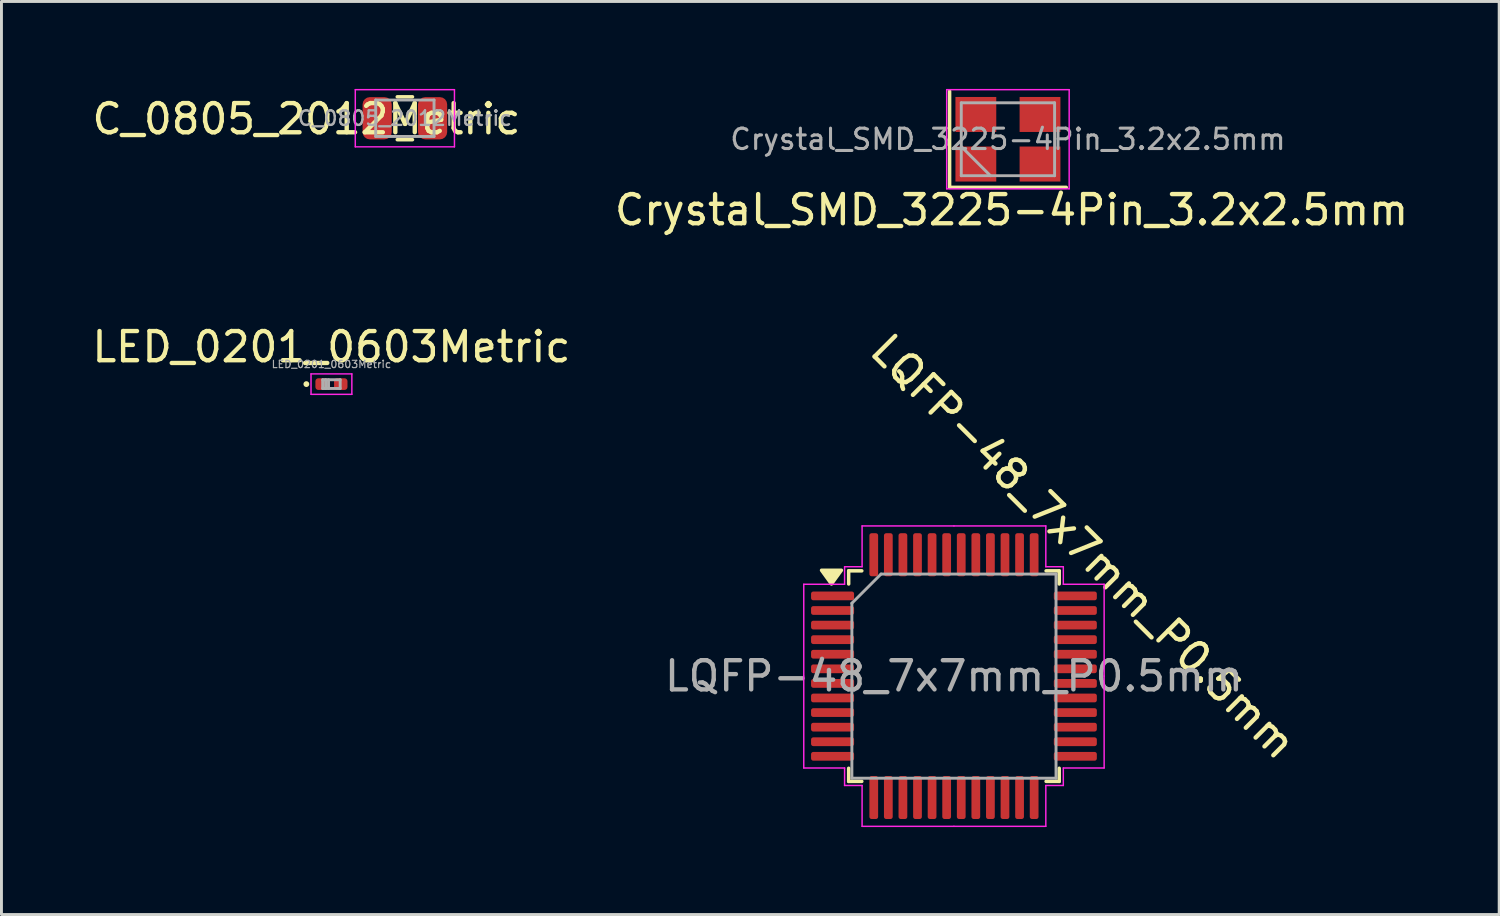
<source format=kicad_pcb>
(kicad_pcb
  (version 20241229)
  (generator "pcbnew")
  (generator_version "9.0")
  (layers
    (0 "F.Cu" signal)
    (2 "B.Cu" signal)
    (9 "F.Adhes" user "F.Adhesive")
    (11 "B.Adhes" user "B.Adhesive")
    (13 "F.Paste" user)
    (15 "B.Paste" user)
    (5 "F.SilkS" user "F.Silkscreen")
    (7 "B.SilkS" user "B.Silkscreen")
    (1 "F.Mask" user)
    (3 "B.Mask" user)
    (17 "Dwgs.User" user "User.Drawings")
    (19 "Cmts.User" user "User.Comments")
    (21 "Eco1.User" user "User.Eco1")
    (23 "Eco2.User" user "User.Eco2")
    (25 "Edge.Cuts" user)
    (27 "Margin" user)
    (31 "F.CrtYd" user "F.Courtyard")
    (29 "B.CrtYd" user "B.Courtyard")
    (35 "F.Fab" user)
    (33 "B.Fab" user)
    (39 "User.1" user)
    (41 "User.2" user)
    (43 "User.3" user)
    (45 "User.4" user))
  (footprint "LED_0201_0603Metric"
    (layer "F.Cu")
    (at 8.315 10.121)
    (property "Reference" "LED_0201_0603Metric" (at 0 -1.275 180) (layer "F.SilkS") (effects (font (size 1 1) (thickness 0.15))))
    (attr smd)
    (fp_circle (center -0.86 0) (end -0.81 0) (stroke (width 0.1) (type solid)) (fill no) (layer "F.SilkS"))
    (fp_line (start -0.7 -0.35) (end 0.7 -0.35) (stroke (width 0.05) (type solid)) (layer "F.CrtYd"))
    (fp_line (start -0.7 0.35) (end -0.7 -0.35) (stroke (width 0.05) (type solid)) (layer "F.CrtYd"))
    (fp_line (start 0.7 -0.35) (end 0.7 0.35) (stroke (width 0.05) (type solid)) (layer "F.CrtYd"))
    (fp_line (start 0.7 0.35) (end -0.7 0.35) (stroke (width 0.05) (type solid)) (layer "F.CrtYd"))
    (fp_line (start -0.3 -0.15) (end 0.3 -0.15) (stroke (width 0.1) (type solid)) (layer "F.Fab"))
    (fp_line (start -0.3 0.15) (end -0.3 -0.15) (stroke (width 0.1) (type solid)) (layer "F.Fab"))
    (fp_line (start -0.2 0.15) (end -0.2 -0.15) (stroke (width 0.1) (type solid)) (layer "F.Fab"))
    (fp_line (start -0.1 0.15) (end -0.1 -0.15) (stroke (width 0.1) (type solid)) (layer "F.Fab"))
    (fp_line (start 0.3 -0.15) (end 0.3 0.15) (stroke (width 0.1) (type solid)) (layer "F.Fab"))
    (fp_line (start 0.3 0.15) (end -0.3 0.15) (stroke (width 0.1) (type solid)) (layer "F.Fab"))
    (fp_text user "${REFERENCE}" (at 0 -0.68 180) (layer "F.Fab") (effects (font (size 0.25 0.25) (thickness 0.04))))
    (pad "" smd roundrect (at -0.345 0) (size 0.318 0.36) (layers "F.Paste") (roundrect_rratio 0.25))
    (pad "" smd roundrect (at 0.345 0) (size 0.318 0.36) (layers "F.Paste") (roundrect_rratio 0.25))
    (pad "1" smd roundrect (at -0.32 0) (size 0.46 0.4) (layers "F.Cu" "F.Mask") (roundrect_rratio 0.25))
    (pad "2" smd roundrect (at 0.32 0) (size 0.46 0.4) (layers "F.Cu" "F.Mask") (roundrect_rratio 0.25)))
  (footprint "C_0805_2012Metric"
    (layer "F.Cu")
    (at 10.833 1.005)
    (property "Reference" "C_0805_2012Metric" (at -3.375 0.025 0) (layer "F.SilkS") (effects (font (size 1 1) (thickness 0.15))))
    (attr smd)
    (fp_line (start -0.261 -0.735) (end 0.261 -0.735) (stroke (width 0.12) (type solid)) (layer "F.SilkS"))
    (fp_line (start -0.261 0.735) (end 0.261 0.735) (stroke (width 0.12) (type solid)) (layer "F.SilkS"))
    (fp_line (start -1.7 -0.98) (end 1.7 -0.98) (stroke (width 0.05) (type solid)) (layer "F.CrtYd"))
    (fp_line (start -1.7 0.98) (end -1.7 -0.98) (stroke (width 0.05) (type solid)) (layer "F.CrtYd"))
    (fp_line (start 1.7 -0.98) (end 1.7 0.98) (stroke (width 0.05) (type solid)) (layer "F.CrtYd"))
    (fp_line (start 1.7 0.98) (end -1.7 0.98) (stroke (width 0.05) (type solid)) (layer "F.CrtYd"))
    (fp_line (start -1 -0.625) (end 1 -0.625) (stroke (width 0.1) (type solid)) (layer "F.Fab"))
    (fp_line (start -1 0.625) (end -1 -0.625) (stroke (width 0.1) (type solid)) (layer "F.Fab"))
    (fp_line (start 1 -0.625) (end 1 0.625) (stroke (width 0.1) (type solid)) (layer "F.Fab"))
    (fp_line (start 1 0.625) (end -1 0.625) (stroke (width 0.1) (type solid)) (layer "F.Fab"))
    (fp_text user "${REFERENCE}" (at 0 0 0) (layer "F.Fab") (effects (font (size 0.5 0.5) (thickness 0.08))))
    (pad "1" smd roundrect (at -0.95 0 180) (size 1 1.45) (layers "F.Cu" "F.Mask" "F.Paste") (roundrect_rratio 0.25))
    (pad "2" smd roundrect (at 0.95 0 180) (size 1 1.45) (layers "F.Cu" "F.Mask" "F.Paste") (roundrect_rratio 0.25)))
  (footprint "Crystal_SMD_3225-4Pin_3.2x2.5mm"
    (layer "F.Cu")
    (at 31.512 1.725)
    (property "Reference" "Crystal_SMD_3225-4Pin_3.2x2.5mm" (at 0.125 2.425 0) (layer "F.SilkS") (effects (font (size 1 1) (thickness 0.15))))
    (attr smd)
    (fp_line (start -2 -1.65) (end -2 1.65) (stroke (width 0.12) (type solid)) (layer "F.SilkS"))
    (fp_line (start -2 1.65) (end 2 1.65) (stroke (width 0.12) (type solid)) (layer "F.SilkS"))
    (fp_line (start -2.1 -1.7) (end -2.1 1.7) (stroke (width 0.05) (type solid)) (layer "F.CrtYd"))
    (fp_line (start -2.1 1.7) (end 2.1 1.7) (stroke (width 0.05) (type solid)) (layer "F.CrtYd"))
    (fp_line (start 2.1 -1.7) (end -2.1 -1.7) (stroke (width 0.05) (type solid)) (layer "F.CrtYd"))
    (fp_line (start 2.1 1.7) (end 2.1 -1.7) (stroke (width 0.05) (type solid)) (layer "F.CrtYd"))
    (fp_line (start -1.6 -1.25) (end -1.6 1.25) (stroke (width 0.1) (type solid)) (layer "F.Fab"))
    (fp_line (start -1.6 0.25) (end -0.6 1.25) (stroke (width 0.1) (type solid)) (layer "F.Fab"))
    (fp_line (start -1.6 1.25) (end 1.6 1.25) (stroke (width 0.1) (type solid)) (layer "F.Fab"))
    (fp_line (start 1.6 -1.25) (end -1.6 -1.25) (stroke (width 0.1) (type solid)) (layer "F.Fab"))
    (fp_line (start 1.6 1.25) (end 1.6 -1.25) (stroke (width 0.1) (type solid)) (layer "F.Fab"))
    (fp_text user "${REFERENCE}" (at 0 0 0) (layer "F.Fab") (effects (font (size 0.7 0.7) (thickness 0.105))))
    (pad "1" smd rect (at -1.1 0.85 180) (size 1.4 1.2) (layers "F.Cu" "F.Mask" "F.Paste"))
    (pad "2" smd rect (at 1.1 0.85 180) (size 1.4 1.2) (layers "F.Cu" "F.Mask" "F.Paste"))
    (pad "3" smd rect (at 1.1 -0.85 180) (size 1.4 1.2) (layers "F.Cu" "F.Mask" "F.Paste"))
    (pad "4" smd rect (at -1.1 -0.85 180) (size 1.4 1.2) (layers "F.Cu" "F.Mask" "F.Paste")))
  (footprint "LQFP-48_7x7mm_P0.5mm"
    (layer "F.Cu")
    (at 29.661 20.134)
    (property "Reference" "LQFP-48_7x7mm_P0.5mm" (at 4.437 -4.444 135) (layer "F.SilkS") (effects (font (size 1 1) (thickness 0.15))))
    (attr smd)
    (fp_line (start -3.61 -3.61) (end -3.61 -3.16) (stroke (width 0.12) (type solid)) (layer "F.SilkS"))
    (fp_line (start -3.61 3.61) (end -3.61 3.16) (stroke (width 0.12) (type solid)) (layer "F.SilkS"))
    (fp_line (start -3.16 -3.61) (end -3.61 -3.61) (stroke (width 0.12) (type solid)) (layer "F.SilkS"))
    (fp_line (start -3.16 3.61) (end -3.61 3.61) (stroke (width 0.12) (type solid)) (layer "F.SilkS"))
    (fp_line (start 3.16 -3.61) (end 3.61 -3.61) (stroke (width 0.12) (type solid)) (layer "F.SilkS"))
    (fp_line (start 3.16 3.61) (end 3.61 3.61) (stroke (width 0.12) (type solid)) (layer "F.SilkS"))
    (fp_line (start 3.61 -3.61) (end 3.61 -3.16) (stroke (width 0.12) (type solid)) (layer "F.SilkS"))
    (fp_line (start 3.61 3.61) (end 3.61 3.16) (stroke (width 0.12) (type solid)) (layer "F.SilkS"))
    (fp_poly (pts (xy -4.2 -3.16) (xy -4.54 -3.63) (xy -3.86 -3.63) (xy -4.2 -3.16)) (stroke (width 0.12) (type solid)) (fill yes) (layer "F.SilkS"))
    (fp_line (start -5.15 -3.15) (end -5.15 0) (stroke (width 0.05) (type solid)) (layer "F.CrtYd"))
    (fp_line (start -5.15 3.15) (end -5.15 0) (stroke (width 0.05) (type solid)) (layer "F.CrtYd"))
    (fp_line (start -3.75 -3.75) (end -3.75 -3.15) (stroke (width 0.05) (type solid)) (layer "F.CrtYd"))
    (fp_line (start -3.75 -3.15) (end -5.15 -3.15) (stroke (width 0.05) (type solid)) (layer "F.CrtYd"))
    (fp_line (start -3.75 3.15) (end -5.15 3.15) (stroke (width 0.05) (type solid)) (layer "F.CrtYd"))
    (fp_line (start -3.75 3.75) (end -3.75 3.15) (stroke (width 0.05) (type solid)) (layer "F.CrtYd"))
    (fp_line (start -3.15 -3.75) (end -3.75 -3.75) (stroke (width 0.05) (type solid)) (layer "F.CrtYd"))
    (fp_line (start -3.15 3.75) (end -3.75 3.75) (stroke (width 0.05) (type solid)) (layer "F.CrtYd"))
    (fp_line (start -3.15 -5.15) (end -3.15 -3.75) (stroke (width 0.05) (type solid)) (layer "F.CrtYd"))
    (fp_line (start -3.15 5.15) (end -3.15 3.75) (stroke (width 0.05) (type solid)) (layer "F.CrtYd"))
    (fp_line (start 0 -5.15) (end -3.15 -5.15) (stroke (width 0.05) (type solid)) (layer "F.CrtYd"))
    (fp_line (start 0 -5.15) (end 3.15 -5.15) (stroke (width 0.05) (type solid)) (layer "F.CrtYd"))
    (fp_line (start 0 5.15) (end -3.15 5.15) (stroke (width 0.05) (type solid)) (layer "F.CrtYd"))
    (fp_line (start 0 5.15) (end 3.15 5.15) (stroke (width 0.05) (type solid)) (layer "F.CrtYd"))
    (fp_line (start 3.15 -5.15) (end 3.15 -3.75) (stroke (width 0.05) (type solid)) (layer "F.CrtYd"))
    (fp_line (start 3.15 5.15) (end 3.15 3.75) (stroke (width 0.05) (type solid)) (layer "F.CrtYd"))
    (fp_line (start 3.15 -3.75) (end 3.75 -3.75) (stroke (width 0.05) (type solid)) (layer "F.CrtYd"))
    (fp_line (start 3.15 3.75) (end 3.75 3.75) (stroke (width 0.05) (type solid)) (layer "F.CrtYd"))
    (fp_line (start 3.75 -3.75) (end 3.75 -3.15) (stroke (width 0.05) (type solid)) (layer "F.CrtYd"))
    (fp_line (start 3.75 -3.15) (end 5.15 -3.15) (stroke (width 0.05) (type solid)) (layer "F.CrtYd"))
    (fp_line (start 3.75 3.15) (end 5.15 3.15) (stroke (width 0.05) (type solid)) (layer "F.CrtYd"))
    (fp_line (start 3.75 3.75) (end 3.75 3.15) (stroke (width 0.05) (type solid)) (layer "F.CrtYd"))
    (fp_line (start 5.15 -3.15) (end 5.15 0) (stroke (width 0.05) (type solid)) (layer "F.CrtYd"))
    (fp_line (start 5.15 3.15) (end 5.15 0) (stroke (width 0.05) (type solid)) (layer "F.CrtYd"))
    (fp_line (start -3.5 -2.5) (end -2.5 -3.5) (stroke (width 0.1) (type solid)) (layer "F.Fab"))
    (fp_line (start -3.5 3.5) (end -3.5 -2.5) (stroke (width 0.1) (type solid)) (layer "F.Fab"))
    (fp_line (start -2.5 -3.5) (end 3.5 -3.5) (stroke (width 0.1) (type solid)) (layer "F.Fab"))
    (fp_line (start 3.5 -3.5) (end 3.5 3.5) (stroke (width 0.1) (type solid)) (layer "F.Fab"))
    (fp_line (start 3.5 3.5) (end -3.5 3.5) (stroke (width 0.1) (type solid)) (layer "F.Fab"))
    (fp_text user "${REFERENCE}" (at 0 0 180) (layer "F.Fab") (effects (font (size 1 1) (thickness 0.15))))
    (pad "1" smd roundrect (at -4.162 -2.75) (size 1.475 0.3) (layers "F.Cu" "F.Mask" "F.Paste") (roundrect_rratio 0.25))
    (pad "2" smd roundrect (at -4.162 -2.25) (size 1.475 0.3) (layers "F.Cu" "F.Mask" "F.Paste") (roundrect_rratio 0.25))
    (pad "3" smd roundrect (at -4.162 -1.75) (size 1.475 0.3) (layers "F.Cu" "F.Mask" "F.Paste") (roundrect_rratio 0.25))
    (pad "4" smd roundrect (at -4.162 -1.25) (size 1.475 0.3) (layers "F.Cu" "F.Mask" "F.Paste") (roundrect_rratio 0.25))
    (pad "5" smd roundrect (at -4.162 -0.75) (size 1.475 0.3) (layers "F.Cu" "F.Mask" "F.Paste") (roundrect_rratio 0.25))
    (pad "6" smd roundrect (at -4.162 -0.25) (size 1.475 0.3) (layers "F.Cu" "F.Mask" "F.Paste") (roundrect_rratio 0.25))
    (pad "7" smd roundrect (at -4.162 0.25) (size 1.475 0.3) (layers "F.Cu" "F.Mask" "F.Paste") (roundrect_rratio 0.25))
    (pad "8" smd roundrect (at -4.162 0.75) (size 1.475 0.3) (layers "F.Cu" "F.Mask" "F.Paste") (roundrect_rratio 0.25))
    (pad "9" smd roundrect (at -4.162 1.25) (size 1.475 0.3) (layers "F.Cu" "F.Mask" "F.Paste") (roundrect_rratio 0.25))
    (pad "10" smd roundrect (at -4.162 1.75) (size 1.475 0.3) (layers "F.Cu" "F.Mask" "F.Paste") (roundrect_rratio 0.25))
    (pad "11" smd roundrect (at -4.162 2.25) (size 1.475 0.3) (layers "F.Cu" "F.Mask" "F.Paste") (roundrect_rratio 0.25))
    (pad "12" smd roundrect (at -4.162 2.75) (size 1.475 0.3) (layers "F.Cu" "F.Mask" "F.Paste") (roundrect_rratio 0.25))
    (pad "13" smd roundrect (at -2.75 4.162) (size 0.3 1.475) (layers "F.Cu" "F.Mask" "F.Paste") (roundrect_rratio 0.25))
    (pad "14" smd roundrect (at -2.25 4.162) (size 0.3 1.475) (layers "F.Cu" "F.Mask" "F.Paste") (roundrect_rratio 0.25))
    (pad "15" smd roundrect (at -1.75 4.162) (size 0.3 1.475) (layers "F.Cu" "F.Mask" "F.Paste") (roundrect_rratio 0.25))
    (pad "16" smd roundrect (at -1.25 4.162) (size 0.3 1.475) (layers "F.Cu" "F.Mask" "F.Paste") (roundrect_rratio 0.25))
    (pad "17" smd roundrect (at -0.75 4.162) (size 0.3 1.475) (layers "F.Cu" "F.Mask" "F.Paste") (roundrect_rratio 0.25))
    (pad "18" smd roundrect (at -0.25 4.162) (size 0.3 1.475) (layers "F.Cu" "F.Mask" "F.Paste") (roundrect_rratio 0.25))
    (pad "19" smd roundrect (at 0.25 4.162) (size 0.3 1.475) (layers "F.Cu" "F.Mask" "F.Paste") (roundrect_rratio 0.25))
    (pad "20" smd roundrect (at 0.75 4.162) (size 0.3 1.475) (layers "F.Cu" "F.Mask" "F.Paste") (roundrect_rratio 0.25))
    (pad "21" smd roundrect (at 1.25 4.162) (size 0.3 1.475) (layers "F.Cu" "F.Mask" "F.Paste") (roundrect_rratio 0.25))
    (pad "22" smd roundrect (at 1.75 4.162) (size 0.3 1.475) (layers "F.Cu" "F.Mask" "F.Paste") (roundrect_rratio 0.25))
    (pad "23" smd roundrect (at 2.25 4.162) (size 0.3 1.475) (layers "F.Cu" "F.Mask" "F.Paste") (roundrect_rratio 0.25))
    (pad "24" smd roundrect (at 2.75 4.162) (size 0.3 1.475) (layers "F.Cu" "F.Mask" "F.Paste") (roundrect_rratio 0.25))
    (pad "25" smd roundrect (at 4.162 2.75) (size 1.475 0.3) (layers "F.Cu" "F.Mask" "F.Paste") (roundrect_rratio 0.25))
    (pad "26" smd roundrect (at 4.162 2.25) (size 1.475 0.3) (layers "F.Cu" "F.Mask" "F.Paste") (roundrect_rratio 0.25))
    (pad "27" smd roundrect (at 4.162 1.75) (size 1.475 0.3) (layers "F.Cu" "F.Mask" "F.Paste") (roundrect_rratio 0.25))
    (pad "28" smd roundrect (at 4.162 1.25) (size 1.475 0.3) (layers "F.Cu" "F.Mask" "F.Paste") (roundrect_rratio 0.25))
    (pad "29" smd roundrect (at 4.162 0.75) (size 1.475 0.3) (layers "F.Cu" "F.Mask" "F.Paste") (roundrect_rratio 0.25))
    (pad "30" smd roundrect (at 4.162 0.25) (size 1.475 0.3) (layers "F.Cu" "F.Mask" "F.Paste") (roundrect_rratio 0.25))
    (pad "31" smd roundrect (at 4.162 -0.25) (size 1.475 0.3) (layers "F.Cu" "F.Mask" "F.Paste") (roundrect_rratio 0.25))
    (pad "32" smd roundrect (at 4.162 -0.75) (size 1.475 0.3) (layers "F.Cu" "F.Mask" "F.Paste") (roundrect_rratio 0.25))
    (pad "33" smd roundrect (at 4.162 -1.25) (size 1.475 0.3) (layers "F.Cu" "F.Mask" "F.Paste") (roundrect_rratio 0.25))
    (pad "34" smd roundrect (at 4.162 -1.75) (size 1.475 0.3) (layers "F.Cu" "F.Mask" "F.Paste") (roundrect_rratio 0.25))
    (pad "35" smd roundrect (at 4.162 -2.25) (size 1.475 0.3) (layers "F.Cu" "F.Mask" "F.Paste") (roundrect_rratio 0.25))
    (pad "36" smd roundrect (at 4.162 -2.75) (size 1.475 0.3) (layers "F.Cu" "F.Mask" "F.Paste") (roundrect_rratio 0.25))
    (pad "37" smd roundrect (at 2.75 -4.162) (size 0.3 1.475) (layers "F.Cu" "F.Mask" "F.Paste") (roundrect_rratio 0.25))
    (pad "38" smd roundrect (at 2.25 -4.162) (size 0.3 1.475) (layers "F.Cu" "F.Mask" "F.Paste") (roundrect_rratio 0.25))
    (pad "39" smd roundrect (at 1.75 -4.162) (size 0.3 1.475) (layers "F.Cu" "F.Mask" "F.Paste") (roundrect_rratio 0.25))
    (pad "40" smd roundrect (at 1.25 -4.162) (size 0.3 1.475) (layers "F.Cu" "F.Mask" "F.Paste") (roundrect_rratio 0.25))
    (pad "41" smd roundrect (at 0.75 -4.162) (size 0.3 1.475) (layers "F.Cu" "F.Mask" "F.Paste") (roundrect_rratio 0.25))
    (pad "42" smd roundrect (at 0.25 -4.162) (size 0.3 1.475) (layers "F.Cu" "F.Mask" "F.Paste") (roundrect_rratio 0.25))
    (pad "43" smd roundrect (at -0.25 -4.162) (size 0.3 1.475) (layers "F.Cu" "F.Mask" "F.Paste") (roundrect_rratio 0.25))
    (pad "44" smd roundrect (at -0.75 -4.162) (size 0.3 1.475) (layers "F.Cu" "F.Mask" "F.Paste") (roundrect_rratio 0.25))
    (pad "45" smd roundrect (at -1.25 -4.162) (size 0.3 1.475) (layers "F.Cu" "F.Mask" "F.Paste") (roundrect_rratio 0.25))
    (pad "46" smd roundrect (at -1.75 -4.162) (size 0.3 1.475) (layers "F.Cu" "F.Mask" "F.Paste") (roundrect_rratio 0.25))
    (pad "47" smd roundrect (at -2.25 -4.162) (size 0.3 1.475) (layers "F.Cu" "F.Mask" "F.Paste") (roundrect_rratio 0.25))
    (pad "48" smd roundrect (at -2.75 -4.162) (size 0.3 1.475) (layers "F.Cu" "F.Mask" "F.Paste") (roundrect_rratio 0.25)))
  (gr_rect
    (start -3 -3)
    (end 48.357 28.309)
    (stroke (width 0.1) (type default))
    (fill no)
    (layer "Edge.Cuts")))
</source>
